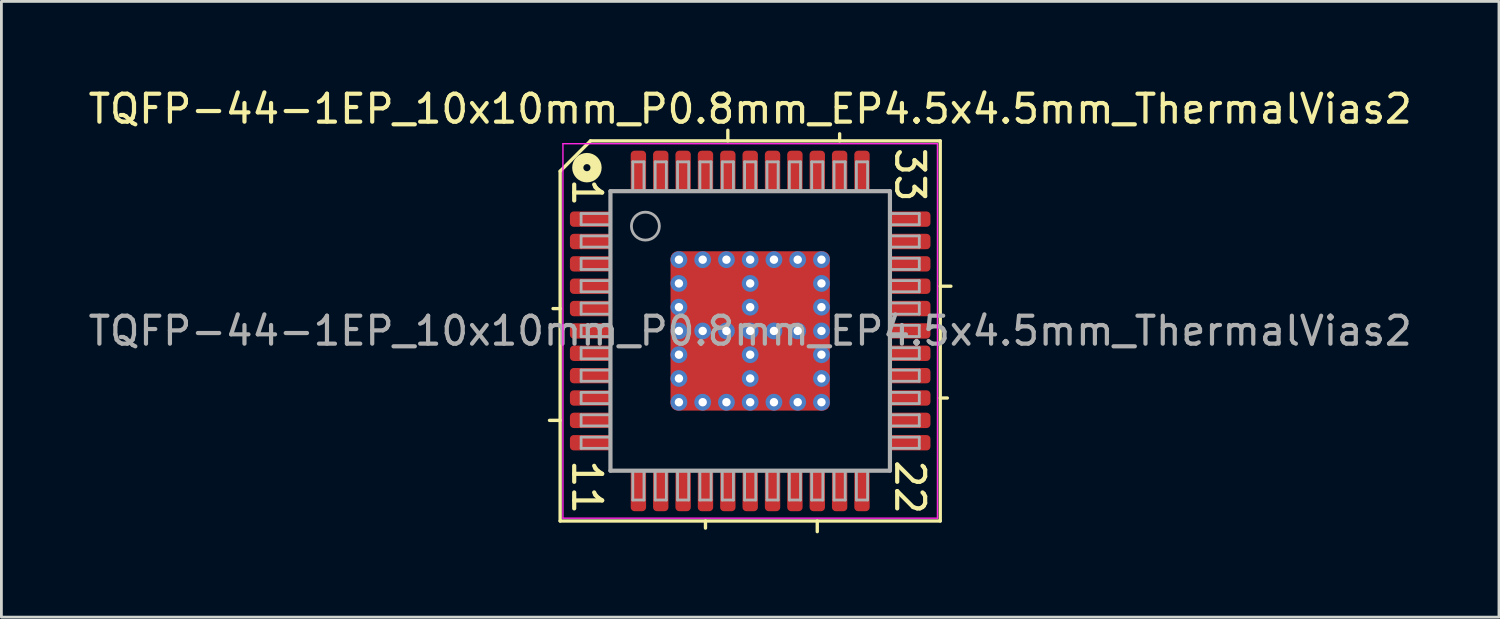
<source format=kicad_pcb>
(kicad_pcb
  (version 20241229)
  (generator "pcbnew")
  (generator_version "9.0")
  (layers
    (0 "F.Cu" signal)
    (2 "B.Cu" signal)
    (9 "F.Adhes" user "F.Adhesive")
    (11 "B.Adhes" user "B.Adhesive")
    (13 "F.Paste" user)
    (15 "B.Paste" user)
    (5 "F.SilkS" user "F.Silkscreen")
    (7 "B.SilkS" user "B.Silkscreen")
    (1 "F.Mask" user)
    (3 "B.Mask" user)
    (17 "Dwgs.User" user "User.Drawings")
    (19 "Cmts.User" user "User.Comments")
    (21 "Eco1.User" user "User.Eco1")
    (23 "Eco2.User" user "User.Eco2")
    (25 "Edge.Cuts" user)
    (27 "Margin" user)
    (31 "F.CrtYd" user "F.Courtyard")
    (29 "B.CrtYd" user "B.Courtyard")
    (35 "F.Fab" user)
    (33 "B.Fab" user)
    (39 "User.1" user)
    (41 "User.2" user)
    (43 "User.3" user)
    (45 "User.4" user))
  (footprint "TQFP-44-1EP_10x10mm_P0.8mm_EP4.5x4.5mm_ThermalVias2"
    (layer "F.Cu")
    (at 23.792 8.791)
    (property "Reference" "TQFP-44-1EP_10x10mm_P0.8mm_EP4.5x4.5mm_ThermalVias2" (at 0 -7.943 0) (layer "F.SilkS") (effects (font (size 1 1) (thickness 0.15))))
    (attr smd)
    (fp_line (start -6.8 -5.715) (end -6.8 6.8) (stroke (width 0.12) (type solid)) (layer "F.SilkS"))
    (fp_line (start -6.8 -0.8) (end -7.054 -0.8) (stroke (width 0.12) (type solid)) (layer "F.SilkS"))
    (fp_line (start -6.8 3.2) (end -7.181 3.2) (stroke (width 0.12) (type solid)) (layer "F.SilkS"))
    (fp_line (start -6.8 6.8) (end 6.8 6.8) (stroke (width 0.12) (type solid)) (layer "F.SilkS"))
    (fp_line (start -5.715 -6.8) (end -6.8 -5.715) (stroke (width 0.12) (type solid)) (layer "F.SilkS"))
    (fp_line (start -1.6 6.8) (end -1.6 7.054) (stroke (width 0.12) (type solid)) (layer "F.SilkS"))
    (fp_line (start -0.8 -6.8) (end -0.8 -7.181) (stroke (width 0.12) (type solid)) (layer "F.SilkS"))
    (fp_line (start 2.4 6.8) (end 2.4 7.181) (stroke (width 0.12) (type solid)) (layer "F.SilkS"))
    (fp_line (start 3.2 -6.8) (end 3.2 -7.054) (stroke (width 0.12) (type solid)) (layer "F.SilkS"))
    (fp_line (start 6.8 -6.8) (end -5.715 -6.8) (stroke (width 0.12) (type solid)) (layer "F.SilkS"))
    (fp_line (start 6.8 -1.6) (end 7.181 -1.6) (stroke (width 0.12) (type solid)) (layer "F.SilkS"))
    (fp_line (start 6.8 2.4) (end 7.054 2.4) (stroke (width 0.12) (type solid)) (layer "F.SilkS"))
    (fp_line (start 6.8 6.8) (end 6.8 -6.8) (stroke (width 0.12) (type solid)) (layer "F.SilkS"))
    (fp_circle (center -5.842 -5.842) (end -5.715 -5.842) (stroke (width 0.4) (type solid)) (fill no) (layer "F.SilkS"))
    (fp_line (start -6.7 -6.7) (end -6.7 6.7) (stroke (width 0.05) (type solid)) (layer "F.CrtYd"))
    (fp_line (start -6.7 -6.7) (end 6.7 -6.7) (stroke (width 0.05) (type solid)) (layer "F.CrtYd"))
    (fp_line (start -6.7 6.7) (end 6.7 6.7) (stroke (width 0.05) (type solid)) (layer "F.CrtYd"))
    (fp_line (start 6.7 -6.7) (end 6.7 6.7) (stroke (width 0.05) (type solid)) (layer "F.CrtYd"))
    (fp_line (start -6.05 -4.2) (end -6.05 -3.8) (stroke (width 0.1) (type solid)) (layer "F.Fab"))
    (fp_line (start -6.05 -4.2) (end -5 -4.2) (stroke (width 0.1) (type solid)) (layer "F.Fab"))
    (fp_line (start -6.05 -3.8) (end -5 -3.8) (stroke (width 0.1) (type solid)) (layer "F.Fab"))
    (fp_line (start -6.05 -3.4) (end -6.05 -3) (stroke (width 0.1) (type solid)) (layer "F.Fab"))
    (fp_line (start -6.05 -3.4) (end -5 -3.4) (stroke (width 0.1) (type solid)) (layer "F.Fab"))
    (fp_line (start -6.05 -3) (end -5 -3) (stroke (width 0.1) (type solid)) (layer "F.Fab"))
    (fp_line (start -6.05 -2.6) (end -6.05 -2.2) (stroke (width 0.1) (type solid)) (layer "F.Fab"))
    (fp_line (start -6.05 -2.6) (end -5 -2.6) (stroke (width 0.1) (type solid)) (layer "F.Fab"))
    (fp_line (start -6.05 -2.2) (end -5 -2.2) (stroke (width 0.1) (type solid)) (layer "F.Fab"))
    (fp_line (start -6.05 -1.8) (end -6.05 -1.4) (stroke (width 0.1) (type solid)) (layer "F.Fab"))
    (fp_line (start -6.05 -1.8) (end -5 -1.8) (stroke (width 0.1) (type solid)) (layer "F.Fab"))
    (fp_line (start -6.05 -1.4) (end -5 -1.4) (stroke (width 0.1) (type solid)) (layer "F.Fab"))
    (fp_line (start -6.05 -1) (end -6.05 -0.6) (stroke (width 0.1) (type solid)) (layer "F.Fab"))
    (fp_line (start -6.05 -1) (end -5 -1) (stroke (width 0.1) (type solid)) (layer "F.Fab"))
    (fp_line (start -6.05 -0.6) (end -5 -0.6) (stroke (width 0.1) (type solid)) (layer "F.Fab"))
    (fp_line (start -6.05 -0.2) (end -6.05 0.2) (stroke (width 0.1) (type solid)) (layer "F.Fab"))
    (fp_line (start -6.05 -0.2) (end -5 -0.2) (stroke (width 0.1) (type solid)) (layer "F.Fab"))
    (fp_line (start -6.05 0.2) (end -5 0.2) (stroke (width 0.1) (type solid)) (layer "F.Fab"))
    (fp_line (start -6.05 0.6) (end -6.05 1) (stroke (width 0.1) (type solid)) (layer "F.Fab"))
    (fp_line (start -6.05 0.6) (end -5 0.6) (stroke (width 0.1) (type solid)) (layer "F.Fab"))
    (fp_line (start -6.05 1) (end -5 1) (stroke (width 0.1) (type solid)) (layer "F.Fab"))
    (fp_line (start -6.05 1.4) (end -6.05 1.8) (stroke (width 0.1) (type solid)) (layer "F.Fab"))
    (fp_line (start -6.05 1.4) (end -5 1.4) (stroke (width 0.1) (type solid)) (layer "F.Fab"))
    (fp_line (start -6.05 1.8) (end -5 1.8) (stroke (width 0.1) (type solid)) (layer "F.Fab"))
    (fp_line (start -6.05 2.2) (end -6.05 2.6) (stroke (width 0.1) (type solid)) (layer "F.Fab"))
    (fp_line (start -6.05 2.2) (end -5 2.2) (stroke (width 0.1) (type solid)) (layer "F.Fab"))
    (fp_line (start -6.05 2.6) (end -5 2.6) (stroke (width 0.1) (type solid)) (layer "F.Fab"))
    (fp_line (start -6.05 3) (end -6.05 3.4) (stroke (width 0.1) (type solid)) (layer "F.Fab"))
    (fp_line (start -6.05 3) (end -5 3) (stroke (width 0.1) (type solid)) (layer "F.Fab"))
    (fp_line (start -6.05 3.4) (end -5 3.4) (stroke (width 0.1) (type solid)) (layer "F.Fab"))
    (fp_line (start -6.05 3.8) (end -6.05 4.2) (stroke (width 0.1) (type solid)) (layer "F.Fab"))
    (fp_line (start -6.05 3.8) (end -5 3.8) (stroke (width 0.1) (type solid)) (layer "F.Fab"))
    (fp_line (start -6.05 4.2) (end -5 4.2) (stroke (width 0.1) (type solid)) (layer "F.Fab"))
    (fp_line (start -5 -5) (end 5 -5) (stroke (width 0.15) (type solid)) (layer "F.Fab"))
    (fp_line (start -5 5) (end -5 -5) (stroke (width 0.15) (type solid)) (layer "F.Fab"))
    (fp_line (start -4.2 -6.05) (end -4.2 -5) (stroke (width 0.1) (type solid)) (layer "F.Fab"))
    (fp_line (start -4.2 6.05) (end -4.2 5) (stroke (width 0.1) (type solid)) (layer "F.Fab"))
    (fp_line (start -4.2 6.05) (end -3.8 6.05) (stroke (width 0.1) (type solid)) (layer "F.Fab"))
    (fp_line (start -3.8 -6.05) (end -4.2 -6.05) (stroke (width 0.1) (type solid)) (layer "F.Fab"))
    (fp_line (start -3.8 -6.05) (end -3.8 -5) (stroke (width 0.1) (type solid)) (layer "F.Fab"))
    (fp_line (start -3.8 6.05) (end -3.8 5) (stroke (width 0.1) (type solid)) (layer "F.Fab"))
    (fp_line (start -3.4 -6.05) (end -3.4 -5) (stroke (width 0.1) (type solid)) (layer "F.Fab"))
    (fp_line (start -3.4 6.05) (end -3.4 5) (stroke (width 0.1) (type solid)) (layer "F.Fab"))
    (fp_line (start -3.4 6.05) (end -3 6.05) (stroke (width 0.1) (type solid)) (layer "F.Fab"))
    (fp_line (start -3 -6.05) (end -3.4 -6.05) (stroke (width 0.1) (type solid)) (layer "F.Fab"))
    (fp_line (start -3 -6.05) (end -3 -5) (stroke (width 0.1) (type solid)) (layer "F.Fab"))
    (fp_line (start -3 6.05) (end -3 5) (stroke (width 0.1) (type solid)) (layer "F.Fab"))
    (fp_line (start -2.6 -6.05) (end -2.6 -5) (stroke (width 0.1) (type solid)) (layer "F.Fab"))
    (fp_line (start -2.6 6.05) (end -2.6 5) (stroke (width 0.1) (type solid)) (layer "F.Fab"))
    (fp_line (start -2.6 6.05) (end -2.2 6.05) (stroke (width 0.1) (type solid)) (layer "F.Fab"))
    (fp_line (start -2.2 -6.05) (end -2.6 -6.05) (stroke (width 0.1) (type solid)) (layer "F.Fab"))
    (fp_line (start -2.2 -6.05) (end -2.2 -5) (stroke (width 0.1) (type solid)) (layer "F.Fab"))
    (fp_line (start -2.2 6.05) (end -2.2 5) (stroke (width 0.1) (type solid)) (layer "F.Fab"))
    (fp_line (start -1.8 -6.05) (end -1.8 -5) (stroke (width 0.1) (type solid)) (layer "F.Fab"))
    (fp_line (start -1.8 6.05) (end -1.8 5) (stroke (width 0.1) (type solid)) (layer "F.Fab"))
    (fp_line (start -1.8 6.05) (end -1.4 6.05) (stroke (width 0.1) (type solid)) (layer "F.Fab"))
    (fp_line (start -1.4 -6.05) (end -1.8 -6.05) (stroke (width 0.1) (type solid)) (layer "F.Fab"))
    (fp_line (start -1.4 -6.05) (end -1.4 -5) (stroke (width 0.1) (type solid)) (layer "F.Fab"))
    (fp_line (start -1.4 6.05) (end -1.4 5) (stroke (width 0.1) (type solid)) (layer "F.Fab"))
    (fp_line (start -1 -6.05) (end -1 -5) (stroke (width 0.1) (type solid)) (layer "F.Fab"))
    (fp_line (start -1 6.05) (end -1 5) (stroke (width 0.1) (type solid)) (layer "F.Fab"))
    (fp_line (start -1 6.05) (end -0.6 6.05) (stroke (width 0.1) (type solid)) (layer "F.Fab"))
    (fp_line (start -0.6 -6.05) (end -1 -6.05) (stroke (width 0.1) (type solid)) (layer "F.Fab"))
    (fp_line (start -0.6 -6.05) (end -0.6 -5) (stroke (width 0.1) (type solid)) (layer "F.Fab"))
    (fp_line (start -0.6 6.05) (end -0.6 5) (stroke (width 0.1) (type solid)) (layer "F.Fab"))
    (fp_line (start -0.2 -6.05) (end -0.2 -5) (stroke (width 0.1) (type solid)) (layer "F.Fab"))
    (fp_line (start -0.2 6.05) (end -0.2 5) (stroke (width 0.1) (type solid)) (layer "F.Fab"))
    (fp_line (start -0.2 6.05) (end 0.2 6.05) (stroke (width 0.1) (type solid)) (layer "F.Fab"))
    (fp_line (start 0.2 -6.05) (end -0.2 -6.05) (stroke (width 0.1) (type solid)) (layer "F.Fab"))
    (fp_line (start 0.2 -6.05) (end 0.2 -5) (stroke (width 0.1) (type solid)) (layer "F.Fab"))
    (fp_line (start 0.2 6.05) (end 0.2 5) (stroke (width 0.1) (type solid)) (layer "F.Fab"))
    (fp_line (start 0.6 -6.05) (end 0.6 -5) (stroke (width 0.1) (type solid)) (layer "F.Fab"))
    (fp_line (start 0.6 6.05) (end 0.6 5) (stroke (width 0.1) (type solid)) (layer "F.Fab"))
    (fp_line (start 0.6 6.05) (end 1 6.05) (stroke (width 0.1) (type solid)) (layer "F.Fab"))
    (fp_line (start 1 -6.05) (end 0.6 -6.05) (stroke (width 0.1) (type solid)) (layer "F.Fab"))
    (fp_line (start 1 -6.05) (end 1 -5) (stroke (width 0.1) (type solid)) (layer "F.Fab"))
    (fp_line (start 1 6.05) (end 1 5) (stroke (width 0.1) (type solid)) (layer "F.Fab"))
    (fp_line (start 1.4 -6.05) (end 1.4 -5) (stroke (width 0.1) (type solid)) (layer "F.Fab"))
    (fp_line (start 1.4 6.05) (end 1.4 5) (stroke (width 0.1) (type solid)) (layer "F.Fab"))
    (fp_line (start 1.4 6.05) (end 1.8 6.05) (stroke (width 0.1) (type solid)) (layer "F.Fab"))
    (fp_line (start 1.8 -6.05) (end 1.4 -6.05) (stroke (width 0.1) (type solid)) (layer "F.Fab"))
    (fp_line (start 1.8 -6.05) (end 1.8 -5) (stroke (width 0.1) (type solid)) (layer "F.Fab"))
    (fp_line (start 1.8 6.05) (end 1.8 5) (stroke (width 0.1) (type solid)) (layer "F.Fab"))
    (fp_line (start 2.2 -6.05) (end 2.2 -5) (stroke (width 0.1) (type solid)) (layer "F.Fab"))
    (fp_line (start 2.2 6.05) (end 2.2 5) (stroke (width 0.1) (type solid)) (layer "F.Fab"))
    (fp_line (start 2.2 6.05) (end 2.6 6.05) (stroke (width 0.1) (type solid)) (layer "F.Fab"))
    (fp_line (start 2.6 -6.05) (end 2.2 -6.05) (stroke (width 0.1) (type solid)) (layer "F.Fab"))
    (fp_line (start 2.6 -6.05) (end 2.6 -5) (stroke (width 0.1) (type solid)) (layer "F.Fab"))
    (fp_line (start 2.6 6.05) (end 2.6 5) (stroke (width 0.1) (type solid)) (layer "F.Fab"))
    (fp_line (start 3 -6.05) (end 3 -5) (stroke (width 0.1) (type solid)) (layer "F.Fab"))
    (fp_line (start 3 6.05) (end 3 5) (stroke (width 0.1) (type solid)) (layer "F.Fab"))
    (fp_line (start 3 6.05) (end 3.4 6.05) (stroke (width 0.1) (type solid)) (layer "F.Fab"))
    (fp_line (start 3.4 -6.05) (end 3 -6.05) (stroke (width 0.1) (type solid)) (layer "F.Fab"))
    (fp_line (start 3.4 -6.05) (end 3.4 -5) (stroke (width 0.1) (type solid)) (layer "F.Fab"))
    (fp_line (start 3.4 6.05) (end 3.4 5) (stroke (width 0.1) (type solid)) (layer "F.Fab"))
    (fp_line (start 3.8 -6.05) (end 3.8 -5) (stroke (width 0.1) (type solid)) (layer "F.Fab"))
    (fp_line (start 3.8 6.05) (end 3.8 5) (stroke (width 0.1) (type solid)) (layer "F.Fab"))
    (fp_line (start 3.8 6.05) (end 4.2 6.05) (stroke (width 0.1) (type solid)) (layer "F.Fab"))
    (fp_line (start 4.2 -6.05) (end 3.8 -6.05) (stroke (width 0.1) (type solid)) (layer "F.Fab"))
    (fp_line (start 4.2 -6.05) (end 4.2 -5) (stroke (width 0.1) (type solid)) (layer "F.Fab"))
    (fp_line (start 4.2 6.05) (end 4.2 5) (stroke (width 0.1) (type solid)) (layer "F.Fab"))
    (fp_line (start 5 -5) (end 5 5) (stroke (width 0.15) (type solid)) (layer "F.Fab"))
    (fp_line (start 5 5) (end -5 5) (stroke (width 0.15) (type solid)) (layer "F.Fab"))
    (fp_line (start 6.05 -4.2) (end 5 -4.2) (stroke (width 0.1) (type solid)) (layer "F.Fab"))
    (fp_line (start 6.05 -3.8) (end 5 -3.8) (stroke (width 0.1) (type solid)) (layer "F.Fab"))
    (fp_line (start 6.05 -3.8) (end 6.05 -4.2) (stroke (width 0.1) (type solid)) (layer "F.Fab"))
    (fp_line (start 6.05 -3.4) (end 5 -3.4) (stroke (width 0.1) (type solid)) (layer "F.Fab"))
    (fp_line (start 6.05 -3) (end 5 -3) (stroke (width 0.1) (type solid)) (layer "F.Fab"))
    (fp_line (start 6.05 -3) (end 6.05 -3.4) (stroke (width 0.1) (type solid)) (layer "F.Fab"))
    (fp_line (start 6.05 -2.6) (end 5 -2.6) (stroke (width 0.1) (type solid)) (layer "F.Fab"))
    (fp_line (start 6.05 -2.2) (end 5 -2.2) (stroke (width 0.1) (type solid)) (layer "F.Fab"))
    (fp_line (start 6.05 -2.2) (end 6.05 -2.6) (stroke (width 0.1) (type solid)) (layer "F.Fab"))
    (fp_line (start 6.05 -1.8) (end 5 -1.8) (stroke (width 0.1) (type solid)) (layer "F.Fab"))
    (fp_line (start 6.05 -1.4) (end 5 -1.4) (stroke (width 0.1) (type solid)) (layer "F.Fab"))
    (fp_line (start 6.05 -1.4) (end 6.05 -1.8) (stroke (width 0.1) (type solid)) (layer "F.Fab"))
    (fp_line (start 6.05 -1) (end 5 -1) (stroke (width 0.1) (type solid)) (layer "F.Fab"))
    (fp_line (start 6.05 -0.6) (end 5 -0.6) (stroke (width 0.1) (type solid)) (layer "F.Fab"))
    (fp_line (start 6.05 -0.6) (end 6.05 -1) (stroke (width 0.1) (type solid)) (layer "F.Fab"))
    (fp_line (start 6.05 -0.2) (end 5 -0.2) (stroke (width 0.1) (type solid)) (layer "F.Fab"))
    (fp_line (start 6.05 0.2) (end 5 0.2) (stroke (width 0.1) (type solid)) (layer "F.Fab"))
    (fp_line (start 6.05 0.2) (end 6.05 -0.2) (stroke (width 0.1) (type solid)) (layer "F.Fab"))
    (fp_line (start 6.05 0.6) (end 5 0.6) (stroke (width 0.1) (type solid)) (layer "F.Fab"))
    (fp_line (start 6.05 1) (end 5 1) (stroke (width 0.1) (type solid)) (layer "F.Fab"))
    (fp_line (start 6.05 1) (end 6.05 0.6) (stroke (width 0.1) (type solid)) (layer "F.Fab"))
    (fp_line (start 6.05 1.4) (end 5 1.4) (stroke (width 0.1) (type solid)) (layer "F.Fab"))
    (fp_line (start 6.05 1.8) (end 5 1.8) (stroke (width 0.1) (type solid)) (layer "F.Fab"))
    (fp_line (start 6.05 1.8) (end 6.05 1.4) (stroke (width 0.1) (type solid)) (layer "F.Fab"))
    (fp_line (start 6.05 2.2) (end 5 2.2) (stroke (width 0.1) (type solid)) (layer "F.Fab"))
    (fp_line (start 6.05 2.6) (end 5 2.6) (stroke (width 0.1) (type solid)) (layer "F.Fab"))
    (fp_line (start 6.05 2.6) (end 6.05 2.2) (stroke (width 0.1) (type solid)) (layer "F.Fab"))
    (fp_line (start 6.05 3) (end 5 3) (stroke (width 0.1) (type solid)) (layer "F.Fab"))
    (fp_line (start 6.05 3.4) (end 5 3.4) (stroke (width 0.1) (type solid)) (layer "F.Fab"))
    (fp_line (start 6.05 3.4) (end 6.05 3) (stroke (width 0.1) (type solid)) (layer "F.Fab"))
    (fp_line (start 6.05 3.8) (end 5 3.8) (stroke (width 0.1) (type solid)) (layer "F.Fab"))
    (fp_line (start 6.05 4.2) (end 5 4.2) (stroke (width 0.1) (type solid)) (layer "F.Fab"))
    (fp_line (start 6.05 4.2) (end 6.05 3.8) (stroke (width 0.1) (type solid)) (layer "F.Fab"))
    (fp_circle (center -3.75 -3.75) (end -3.25 -3.75) (stroke (width 0.1) (type solid)) (fill no) (layer "F.Fab"))
    (fp_text user "33" (at 5.715 -5.588 270) (unlocked yes) (layer "F.SilkS") (effects (font (size 1 1) (thickness 0.15))))
    (fp_text user "11" (at -5.842 5.588 270) (unlocked yes) (layer "F.SilkS") (effects (font (size 1 1) (thickness 0.15))))
    (fp_text user "22" (at 5.715 5.588 270) (unlocked yes) (layer "F.SilkS") (effects (font (size 1 1) (thickness 0.15))))
    (fp_text user "1" (at -5.842 -4.953 270) (unlocked yes) (layer "F.SilkS") (effects (font (size 1 1) (thickness 0.15))))
    (fp_text user "${REFERENCE}" (at 0 0 0) (layer "F.Fab") (effects (font (size 1 1) (thickness 0.15))))
    (pad "" smd roundrect (at -1.75 -1.75 90) (size 0.7 0.7) (layers "F.Paste") (roundrect_rratio 0.25))
    (pad "" smd roundrect (at -1.75 -0.8 90) (size 0.7 0.7) (layers "F.Paste") (roundrect_rratio 0.25))
    (pad "" smd roundrect (at -1.75 0.8 90) (size 0.7 0.7) (layers "F.Paste") (roundrect_rratio 0.25))
    (pad "" smd roundrect (at -1.75 1.75 90) (size 0.7 0.7) (layers "F.Paste") (roundrect_rratio 0.25))
    (pad "" smd roundrect (at -1.275 -1.275 90) (size 1.95 1.95) (layers "F.Mask") (roundrect_rratio 0.128))
    (pad "" smd roundrect (at -1.275 1.275 90) (size 1.95 1.95) (layers "F.Mask") (roundrect_rratio 0.128))
    (pad "" smd roundrect (at -0.8 -1.75 90) (size 0.7 0.7) (layers "F.Paste") (roundrect_rratio 0.25))
    (pad "" smd roundrect (at -0.8 -0.8 90) (size 0.7 0.7) (layers "F.Paste") (roundrect_rratio 0.25))
    (pad "" smd roundrect (at -0.8 0.8 90) (size 0.7 0.7) (layers "F.Paste") (roundrect_rratio 0.25))
    (pad "" smd roundrect (at -0.8 1.75 90) (size 0.7 0.7) (layers "F.Paste") (roundrect_rratio 0.25))
    (pad "" smd roundrect (at 0.8 -1.75 90) (size 0.7 0.7) (layers "F.Paste") (roundrect_rratio 0.25))
    (pad "" smd roundrect (at 0.8 -0.8 90) (size 0.7 0.7) (layers "F.Paste") (roundrect_rratio 0.25))
    (pad "" smd roundrect (at 0.8 0.8 90) (size 0.7 0.7) (layers "F.Paste") (roundrect_rratio 0.25))
    (pad "" smd roundrect (at 0.8 1.75 90) (size 0.7 0.7) (layers "F.Paste") (roundrect_rratio 0.25))
    (pad "" smd roundrect (at 1.275 -1.275 90) (size 1.95 1.95) (layers "F.Mask") (roundrect_rratio 0.128))
    (pad "" smd roundrect (at 1.275 1.275 90) (size 1.95 1.95) (layers "F.Mask") (roundrect_rratio 0.128))
    (pad "" smd roundrect (at 1.75 -1.75 90) (size 0.7 0.7) (layers "F.Paste") (roundrect_rratio 0.25))
    (pad "" smd roundrect (at 1.75 -0.8 90) (size 0.7 0.7) (layers "F.Paste") (roundrect_rratio 0.25))
    (pad "" smd roundrect (at 1.75 0.8 90) (size 0.7 0.7) (layers "F.Paste") (roundrect_rratio 0.25))
    (pad "" smd roundrect (at 1.75 1.75 90) (size 0.7 0.7) (layers "F.Paste") (roundrect_rratio 0.25))
    (pad "1" smd roundrect (at -5.7 -4) (size 1.5 0.55) (layers "F.Cu" "F.Mask" "F.Paste") (roundrect_rratio 0.25))
    (pad "2" smd roundrect (at -5.7 -3.2) (size 1.5 0.55) (layers "F.Cu" "F.Mask" "F.Paste") (roundrect_rratio 0.25))
    (pad "3" smd roundrect (at -5.7 -2.4) (size 1.5 0.55) (layers "F.Cu" "F.Mask" "F.Paste") (roundrect_rratio 0.25))
    (pad "4" smd roundrect (at -5.7 -1.6) (size 1.5 0.55) (layers "F.Cu" "F.Mask" "F.Paste") (roundrect_rratio 0.25))
    (pad "5" smd roundrect (at -5.7 -0.8) (size 1.5 0.55) (layers "F.Cu" "F.Mask" "F.Paste") (roundrect_rratio 0.25))
    (pad "6" smd roundrect (at -5.7 0) (size 1.5 0.55) (layers "F.Cu" "F.Mask" "F.Paste") (roundrect_rratio 0.25))
    (pad "7" smd roundrect (at -5.7 0.8) (size 1.5 0.55) (layers "F.Cu" "F.Mask" "F.Paste") (roundrect_rratio 0.25))
    (pad "8" smd roundrect (at -5.7 1.6) (size 1.5 0.55) (layers "F.Cu" "F.Mask" "F.Paste") (roundrect_rratio 0.25))
    (pad "9" smd roundrect (at -5.7 2.4) (size 1.5 0.55) (layers "F.Cu" "F.Mask" "F.Paste") (roundrect_rratio 0.25))
    (pad "10" smd roundrect (at -5.7 3.2) (size 1.5 0.55) (layers "F.Cu" "F.Mask" "F.Paste") (roundrect_rratio 0.25))
    (pad "11" smd roundrect (at -5.7 4) (size 1.5 0.55) (layers "F.Cu" "F.Mask" "F.Paste") (roundrect_rratio 0.25))
    (pad "12" smd roundrect (at -4 5.7 90) (size 1.5 0.55) (layers "F.Cu" "F.Mask" "F.Paste") (roundrect_rratio 0.25))
    (pad "13" smd roundrect (at -3.2 5.7 90) (size 1.5 0.55) (layers "F.Cu" "F.Mask" "F.Paste") (roundrect_rratio 0.25))
    (pad "14" smd roundrect (at -2.4 5.7 90) (size 1.5 0.55) (layers "F.Cu" "F.Mask" "F.Paste") (roundrect_rratio 0.25))
    (pad "15" smd roundrect (at -1.6 5.7 90) (size 1.5 0.55) (layers "F.Cu" "F.Mask" "F.Paste") (roundrect_rratio 0.25))
    (pad "16" smd roundrect (at -0.8 5.7 90) (size 1.5 0.55) (layers "F.Cu" "F.Mask" "F.Paste") (roundrect_rratio 0.25))
    (pad "17" smd roundrect (at 0 5.7 90) (size 1.5 0.55) (layers "F.Cu" "F.Mask" "F.Paste") (roundrect_rratio 0.25))
    (pad "18" smd roundrect (at 0.8 5.7 90) (size 1.5 0.55) (layers "F.Cu" "F.Mask" "F.Paste") (roundrect_rratio 0.25))
    (pad "19" smd roundrect (at 1.6 5.7 90) (size 1.5 0.55) (layers "F.Cu" "F.Mask" "F.Paste") (roundrect_rratio 0.25))
    (pad "20" smd roundrect (at 2.4 5.7 90) (size 1.5 0.55) (layers "F.Cu" "F.Mask" "F.Paste") (roundrect_rratio 0.25))
    (pad "21" smd roundrect (at 3.2 5.7 90) (size 1.5 0.55) (layers "F.Cu" "F.Mask" "F.Paste") (roundrect_rratio 0.25))
    (pad "22" smd roundrect (at 4 5.7 90) (size 1.5 0.55) (layers "F.Cu" "F.Mask" "F.Paste") (roundrect_rratio 0.25))
    (pad "23" smd roundrect (at 5.7 4) (size 1.5 0.55) (layers "F.Cu" "F.Mask" "F.Paste") (roundrect_rratio 0.25))
    (pad "24" smd roundrect (at 5.7 3.2) (size 1.5 0.55) (layers "F.Cu" "F.Mask" "F.Paste") (roundrect_rratio 0.25))
    (pad "25" smd roundrect (at 5.7 2.4) (size 1.5 0.55) (layers "F.Cu" "F.Mask" "F.Paste") (roundrect_rratio 0.25))
    (pad "26" smd roundrect (at 5.7 1.6) (size 1.5 0.55) (layers "F.Cu" "F.Mask" "F.Paste") (roundrect_rratio 0.25))
    (pad "27" smd roundrect (at 5.7 0.8) (size 1.5 0.55) (layers "F.Cu" "F.Mask" "F.Paste") (roundrect_rratio 0.25))
    (pad "28" smd roundrect (at 5.7 0) (size 1.5 0.55) (layers "F.Cu" "F.Mask" "F.Paste") (roundrect_rratio 0.25))
    (pad "29" smd roundrect (at 5.7 -0.8) (size 1.5 0.55) (layers "F.Cu" "F.Mask" "F.Paste") (roundrect_rratio 0.25))
    (pad "30" smd roundrect (at 5.7 -1.6) (size 1.5 0.55) (layers "F.Cu" "F.Mask" "F.Paste") (roundrect_rratio 0.25))
    (pad "31" smd roundrect (at 5.7 -2.4) (size 1.5 0.55) (layers "F.Cu" "F.Mask" "F.Paste") (roundrect_rratio 0.25))
    (pad "32" smd roundrect (at 5.7 -3.2) (size 1.5 0.55) (layers "F.Cu" "F.Mask" "F.Paste") (roundrect_rratio 0.25))
    (pad "33" smd roundrect (at 5.7 -4) (size 1.5 0.55) (layers "F.Cu" "F.Mask" "F.Paste") (roundrect_rratio 0.25))
    (pad "34" smd roundrect (at 4 -5.7 90) (size 1.5 0.55) (layers "F.Cu" "F.Mask" "F.Paste") (roundrect_rratio 0.25))
    (pad "35" smd roundrect (at 3.2 -5.7 90) (size 1.5 0.55) (layers "F.Cu" "F.Mask" "F.Paste") (roundrect_rratio 0.25))
    (pad "36" smd roundrect (at 2.4 -5.7 90) (size 1.5 0.55) (layers "F.Cu" "F.Mask" "F.Paste") (roundrect_rratio 0.25))
    (pad "37" smd roundrect (at 1.6 -5.7 90) (size 1.5 0.55) (layers "F.Cu" "F.Mask" "F.Paste") (roundrect_rratio 0.25))
    (pad "38" smd roundrect (at 0.8 -5.7 90) (size 1.5 0.55) (layers "F.Cu" "F.Mask" "F.Paste") (roundrect_rratio 0.25))
    (pad "39" smd roundrect (at 0 -5.7 90) (size 1.5 0.55) (layers "F.Cu" "F.Mask" "F.Paste") (roundrect_rratio 0.25))
    (pad "40" smd roundrect (at -0.8 -5.7 90) (size 1.5 0.55) (layers "F.Cu" "F.Mask" "F.Paste") (roundrect_rratio 0.25))
    (pad "41" smd roundrect (at -1.6 -5.7 90) (size 1.5 0.55) (layers "F.Cu" "F.Mask" "F.Paste") (roundrect_rratio 0.25))
    (pad "42" smd roundrect (at -2.4 -5.7 90) (size 1.5 0.55) (layers "F.Cu" "F.Mask" "F.Paste") (roundrect_rratio 0.25))
    (pad "43" smd roundrect (at -3.2 -5.7 90) (size 1.5 0.55) (layers "F.Cu" "F.Mask" "F.Paste") (roundrect_rratio 0.25))
    (pad "44" smd roundrect (at -4 -5.7 90) (size 1.5 0.55) (layers "F.Cu" "F.Mask" "F.Paste") (roundrect_rratio 0.25))
    (pad "45" thru_hole circle (at -2.55 -2.55) (size 0.6 0.6) (drill 0.3) (property pad_prop_heatsink) (layers "*.Cu" "*.Mask"))
    (pad "45" thru_hole circle (at -2.55 -1.7) (size 0.6 0.6) (drill 0.3) (property pad_prop_heatsink) (layers "*.Cu" "*.Mask"))
    (pad "45" thru_hole circle (at -2.55 -0.85) (size 0.6 0.6) (drill 0.3) (property pad_prop_heatsink) (layers "*.Cu" "*.Mask"))
    (pad "45" thru_hole circle (at -2.55 0) (size 0.6 0.6) (drill 0.3) (property pad_prop_heatsink) (layers "*.Cu" "*.Mask"))
    (pad "45" thru_hole circle (at -2.55 0.85) (size 0.6 0.6) (drill 0.3) (property pad_prop_heatsink) (layers "*.Cu" "*.Mask"))
    (pad "45" thru_hole circle (at -2.55 1.7) (size 0.6 0.6) (drill 0.3) (property pad_prop_heatsink) (layers "*.Cu" "*.Mask"))
    (pad "45" thru_hole circle (at -2.55 2.55) (size 0.6 0.6) (drill 0.3) (property pad_prop_heatsink) (layers "*.Cu" "*.Mask"))
    (pad "45" thru_hole circle (at -1.7 -2.55) (size 0.6 0.6) (drill 0.3) (property pad_prop_heatsink) (layers "*.Cu" "*.Mask"))
    (pad "45" thru_hole circle (at -1.7 0) (size 0.6 0.6) (drill 0.3) (property pad_prop_heatsink) (layers "*.Cu" "*.Mask"))
    (pad "45" thru_hole circle (at -1.7 2.55) (size 0.6 0.6) (drill 0.3) (property pad_prop_heatsink) (layers "*.Cu" "*.Mask"))
    (pad "45" thru_hole circle (at -0.85 -2.55) (size 0.6 0.6) (drill 0.3) (property pad_prop_heatsink) (layers "*.Cu" "*.Mask"))
    (pad "45" thru_hole circle (at -0.85 0) (size 0.6 0.6) (drill 0.3) (property pad_prop_heatsink) (layers "*.Cu" "*.Mask"))
    (pad "45" thru_hole circle (at -0.85 2.55) (size 0.6 0.6) (drill 0.3) (property pad_prop_heatsink) (layers "*.Cu" "*.Mask"))
    (pad "45" thru_hole circle (at 0 -2.55) (size 0.6 0.6) (drill 0.3) (property pad_prop_heatsink) (layers "*.Cu" "*.Mask"))
    (pad "45" thru_hole circle (at 0 -1.7) (size 0.6 0.6) (drill 0.3) (property pad_prop_heatsink) (layers "*.Cu" "*.Mask"))
    (pad "45" thru_hole circle (at 0 -0.85) (size 0.6 0.6) (drill 0.3) (property pad_prop_heatsink) (layers "*.Cu" "*.Mask"))
    (pad "45" thru_hole circle (at 0 0) (size 0.6 0.6) (drill 0.3) (property pad_prop_heatsink) (layers "*.Cu" "*.Mask"))
    (pad "45" smd roundrect (at 0 0) (size 5.7 5.7) (layers "F.Cu") (roundrect_rratio 0.044))
    (pad "45" thru_hole circle (at 0 0.85) (size 0.6 0.6) (drill 0.3) (property pad_prop_heatsink) (layers "*.Cu" "*.Mask"))
    (pad "45" thru_hole circle (at 0 1.7) (size 0.6 0.6) (drill 0.3) (property pad_prop_heatsink) (layers "*.Cu" "*.Mask"))
    (pad "45" thru_hole circle (at 0 2.55) (size 0.6 0.6) (drill 0.3) (property pad_prop_heatsink) (layers "*.Cu" "*.Mask"))
    (pad "45" thru_hole circle (at 0.85 -2.55) (size 0.6 0.6) (drill 0.3) (property pad_prop_heatsink) (layers "*.Cu" "*.Mask"))
    (pad "45" thru_hole circle (at 0.85 0) (size 0.6 0.6) (drill 0.3) (property pad_prop_heatsink) (layers "*.Cu" "*.Mask"))
    (pad "45" thru_hole circle (at 0.85 2.55) (size 0.6 0.6) (drill 0.3) (property pad_prop_heatsink) (layers "*.Cu" "*.Mask"))
    (pad "45" thru_hole circle (at 1.7 -2.55) (size 0.6 0.6) (drill 0.3) (property pad_prop_heatsink) (layers "*.Cu" "*.Mask"))
    (pad "45" thru_hole circle (at 1.7 0) (size 0.6 0.6) (drill 0.3) (property pad_prop_heatsink) (layers "*.Cu" "*.Mask"))
    (pad "45" thru_hole circle (at 1.7 2.55) (size 0.6 0.6) (drill 0.3) (property pad_prop_heatsink) (layers "*.Cu" "*.Mask"))
    (pad "45" thru_hole circle (at 2.55 -2.55) (size 0.6 0.6) (drill 0.3) (property pad_prop_heatsink) (layers "*.Cu" "*.Mask"))
    (pad "45" thru_hole circle (at 2.55 -1.7) (size 0.6 0.6) (drill 0.3) (property pad_prop_heatsink) (layers "*.Cu" "*.Mask"))
    (pad "45" thru_hole circle (at 2.55 -0.85) (size 0.6 0.6) (drill 0.3) (property pad_prop_heatsink) (layers "*.Cu" "*.Mask"))
    (pad "45" thru_hole circle (at 2.55 0) (size 0.6 0.6) (drill 0.3) (property pad_prop_heatsink) (layers "*.Cu" "*.Mask"))
    (pad "45" thru_hole circle (at 2.55 0.85) (size 0.6 0.6) (drill 0.3) (property pad_prop_heatsink) (layers "*.Cu" "*.Mask"))
    (pad "45" thru_hole circle (at 2.55 1.7) (size 0.6 0.6) (drill 0.3) (property pad_prop_heatsink) (layers "*.Cu" "*.Mask"))
    (pad "45" thru_hole circle (at 2.55 2.55) (size 0.6 0.6) (drill 0.3) (property pad_prop_heatsink) (layers "*.Cu" "*.Mask")))
  (gr_rect
    (start -3 -3)
    (end 50.583 19.032)
    (stroke (width 0.1) (type default))
    (fill no)
    (layer "Edge.Cuts")))
</source>
